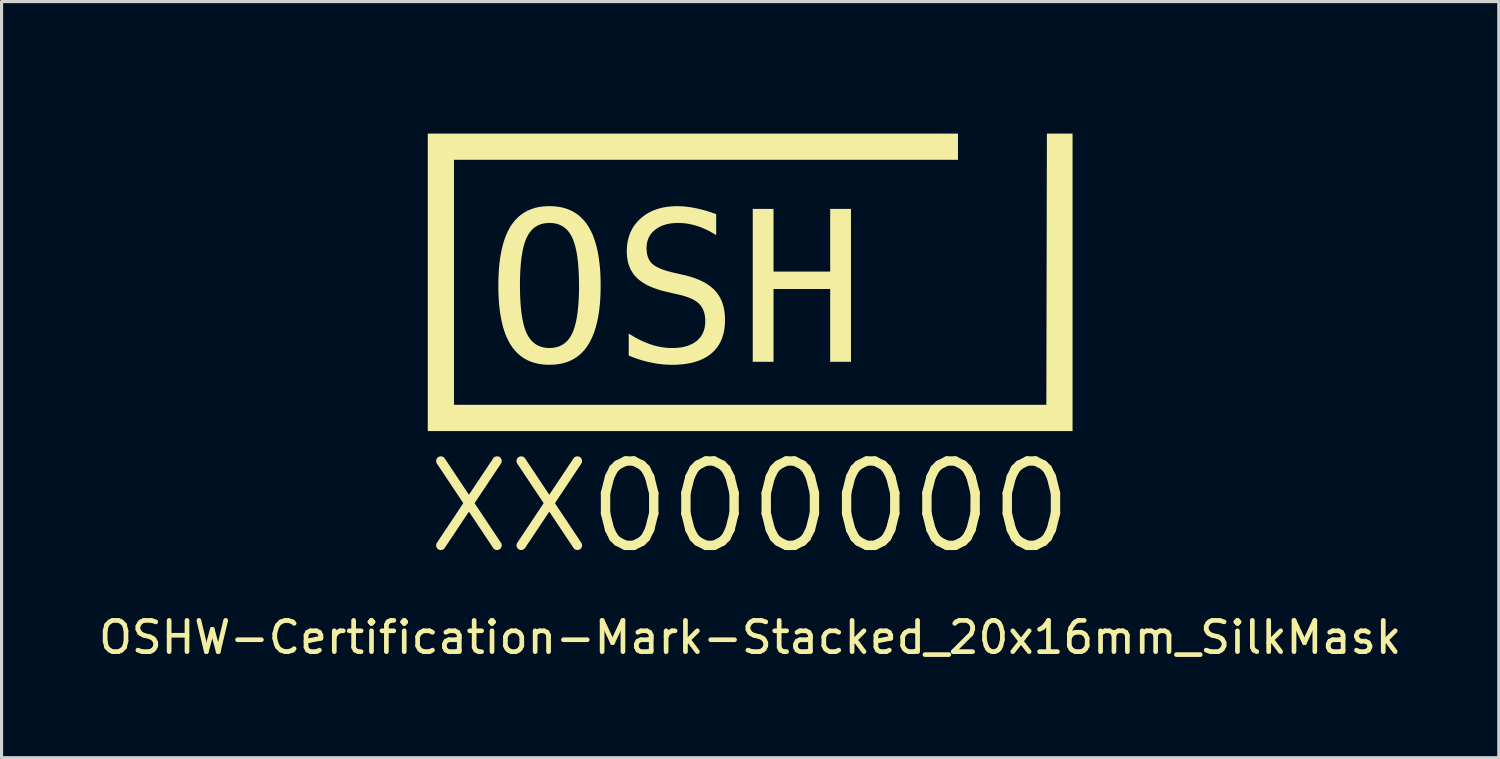
<source format=kicad_pcb>
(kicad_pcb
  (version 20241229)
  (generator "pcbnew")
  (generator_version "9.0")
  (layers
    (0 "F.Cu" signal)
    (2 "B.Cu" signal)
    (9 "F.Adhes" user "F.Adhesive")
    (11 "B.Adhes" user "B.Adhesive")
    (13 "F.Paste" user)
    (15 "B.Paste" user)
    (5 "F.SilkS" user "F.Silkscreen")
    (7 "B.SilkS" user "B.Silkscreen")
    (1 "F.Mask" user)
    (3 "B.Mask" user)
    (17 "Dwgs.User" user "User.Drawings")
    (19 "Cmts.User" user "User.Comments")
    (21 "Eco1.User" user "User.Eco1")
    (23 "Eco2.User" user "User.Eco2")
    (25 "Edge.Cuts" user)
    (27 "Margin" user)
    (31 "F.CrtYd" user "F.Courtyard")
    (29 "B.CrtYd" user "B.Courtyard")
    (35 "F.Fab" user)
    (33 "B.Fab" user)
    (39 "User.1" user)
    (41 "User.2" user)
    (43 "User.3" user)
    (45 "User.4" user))
  (footprint "OSHW-Certification-Mark-Stacked_20x16mm_SilkMask"
    (layer "F.Cu")
    (at 20.958 7.35)
    (property "Reference" "OSHW-Certification-Mark-Stacked_20x16mm_SilkMask" (at 0.000231 10 0) (unlocked yes) (layer "F.SilkS") (effects (font (size 1 1) (thickness 0.15))))
    (attr board_only exclude_from_pos_files exclude_from_bom allow_missing_courtyard)
    (fp_poly (pts (xy 6.983 1.179) (xy 6.357 1.179) (xy 5.692 -1.728) (xy 5.03 1.179) (xy 4.403 1.179) (xy 3.672 -3.714) (xy 4.318 -3.714) (xy 4.787 0.258) (xy 5.344 -2.37) (xy 6.036 -2.37) (xy 6.6 0.265) (xy 8.187 -7.35) (xy 8.833 -7.35)) (stroke (width 0) (type solid)) (fill yes) (layer "F.Mask"))
    (fp_poly (pts (xy -4.785 -1.263) (xy -4.785 -1.263) (xy -4.785 -1.263)) (stroke (width 0) (type solid)) (fill yes) (layer "F.SilkS"))
    (fp_poly (pts (xy -1.087 -3.546) (xy -1.087 -3.546) (xy -1.087 -3.546)) (stroke (width 0) (type solid)) (fill yes) (layer "F.SilkS"))
    (fp_poly (pts (xy 10.318 3.395) (xy -10.318 3.395) (xy -10.318 -6.124) (xy -10.318 -6.124) (xy 6.651 -6.124) (xy 6.651 -5.285) (xy -9.479 -5.285) (xy -9.479 2.556) (xy 9.479 2.556) (xy 9.497 -6.124) (xy 10.318 -6.124)) (stroke (width 0) (type solid)) (fill yes) (layer "F.SilkS"))
    (fp_poly (pts (xy 0.748 -1.708) (xy 2.561 -1.708) (xy 2.561 -3.714) (xy 3.226 -3.714) (xy 3.226 1.179) (xy 2.561 1.179) (xy 2.561 -1.151) (xy 0.748 -1.151) (xy 0.748 1.179) (xy 0.083 1.179) (xy 0.083 -3.714) (xy 0.748 -3.714)) (stroke (width 0) (type solid)) (fill yes) (layer "F.SilkS"))
    (fp_poly (pts (xy -6.322 -3.8) (xy -6.223 -3.793) (xy -6.128 -3.781) (xy -6.036 -3.764) (xy -5.947 -3.741) (xy -5.862 -3.714) (xy -5.78 -3.682) (xy -5.701 -3.646) (xy -5.626 -3.604) (xy -5.554 -3.557) (xy -5.485 -3.505) (xy -5.42 -3.449) (xy -5.358 -3.387) (xy -5.299 -3.321) (xy -5.243 -3.25) (xy -5.191 -3.174) (xy -5.142 -3.092) (xy -5.096 -3.006) (xy -5.053 -2.915) (xy -5.014 -2.818) (xy -4.977 -2.717) (xy -4.944 -2.61) (xy -4.914 -2.498) (xy -4.887 -2.381) (xy -4.863 -2.259) (xy -4.842 -2.132) (xy -4.825 -2) (xy -4.81 -1.863) (xy -4.799 -1.72) (xy -4.791 -1.573) (xy -4.787 -1.42) (xy -4.785 -1.263) (xy -4.787 -1.105) (xy -4.791 -0.953) (xy -4.799 -0.806) (xy -4.81 -0.664) (xy -4.825 -0.527) (xy -4.842 -0.395) (xy -4.863 -0.268) (xy -4.887 -0.147) (xy -4.914 -0.03) (xy -4.944 0.082) (xy -4.977 0.188) (xy -5.014 0.29) (xy -5.053 0.386) (xy -5.096 0.477) (xy -5.142 0.564) (xy -5.191 0.645) (xy -5.217 0.684) (xy -5.243 0.721) (xy -5.271 0.757) (xy -5.299 0.792) (xy -5.328 0.826) (xy -5.358 0.859) (xy -5.388 0.89) (xy -5.42 0.92) (xy -5.452 0.949) (xy -5.485 0.977) (xy -5.519 1.003) (xy -5.554 1.028) (xy -5.589 1.052) (xy -5.626 1.075) (xy -5.663 1.097) (xy -5.701 1.117) (xy -5.74 1.136) (xy -5.78 1.154) (xy -5.82 1.17) (xy -5.862 1.186) (xy -5.904 1.2) (xy -5.947 1.213) (xy -5.991 1.225) (xy -6.036 1.235) (xy -6.081 1.244) (xy -6.128 1.252) (xy -6.223 1.264) (xy -6.322 1.272) (xy -6.424 1.274) (xy -6.526 1.272) (xy -6.625 1.265) (xy -6.72 1.252) (xy -6.812 1.235) (xy -6.901 1.213) (xy -6.986 1.186) (xy -7.068 1.154) (xy -7.147 1.118) (xy -7.222 1.076) (xy -7.294 1.03) (xy -7.363 0.978) (xy -7.428 0.922) (xy -7.49 0.861) (xy -7.549 0.795) (xy -7.604 0.724) (xy -7.656 0.648) (xy -7.705 0.567) (xy -7.751 0.481) (xy -7.793 0.39) (xy -7.833 0.294) (xy -7.869 0.193) (xy -7.902 0.086) (xy -7.932 -0.026) (xy -7.959 -0.143) (xy -7.982 -0.265) (xy -8.003 -0.392) (xy -8.02 -0.524) (xy -8.034 -0.661) (xy -8.045 -0.804) (xy -8.053 -0.952) (xy -8.058 -1.105) (xy -8.059 -1.263) (xy -7.368 -1.263) (xy -7.364 -1.003) (xy -7.354 -0.763) (xy -7.337 -0.543) (xy -7.313 -0.341) (xy -7.298 -0.247) (xy -7.282 -0.158) (xy -7.264 -0.074) (xy -7.244 0.005) (xy -7.223 0.08) (xy -7.2 0.149) (xy -7.175 0.214) (xy -7.148 0.275) (xy -7.119 0.331) (xy -7.104 0.357) (xy -7.088 0.383) (xy -7.072 0.408) (xy -7.055 0.432) (xy -7.037 0.455) (xy -7.019 0.477) (xy -7.001 0.498) (xy -6.982 0.518) (xy -6.962 0.538) (xy -6.942 0.556) (xy -6.921 0.574) (xy -6.9 0.591) (xy -6.878 0.606) (xy -6.856 0.621) (xy -6.833 0.635) (xy -6.809 0.648) (xy -6.785 0.66) (xy -6.761 0.672) (xy -6.736 0.682) (xy -6.71 0.692) (xy -6.684 0.7) (xy -6.657 0.708) (xy -6.63 0.715) (xy -6.602 0.721) (xy -6.574 0.725) (xy -6.545 0.73) (xy -6.515 0.733) (xy -6.485 0.735) (xy -6.424 0.737) (xy -6.362 0.735) (xy -6.302 0.73) (xy -6.245 0.721) (xy -6.189 0.708) (xy -6.136 0.692) (xy -6.085 0.672) (xy -6.037 0.649) (xy -5.99 0.622) (xy -5.946 0.592) (xy -5.904 0.557) (xy -5.865 0.52) (xy -5.827 0.479) (xy -5.792 0.434) (xy -5.759 0.385) (xy -5.728 0.333) (xy -5.699 0.278) (xy -5.672 0.218) (xy -5.647 0.153) (xy -5.624 0.083) (xy -5.602 0.008) (xy -5.582 -0.071) (xy -5.564 -0.155) (xy -5.547 -0.244) (xy -5.532 -0.338) (xy -5.519 -0.437) (xy -5.508 -0.541) (xy -5.498 -0.649) (xy -5.491 -0.762) (xy -5.484 -0.88) (xy -5.48 -1.003) (xy -5.477 -1.13) (xy -5.477 -1.263) (xy -5.48 -1.523) (xy -5.491 -1.763) (xy -5.508 -1.985) (xy -5.532 -2.187) (xy -5.547 -2.281) (xy -5.564 -2.37) (xy -5.582 -2.454) (xy -5.602 -2.534) (xy -5.624 -2.608) (xy -5.647 -2.678) (xy -5.672 -2.743) (xy -5.699 -2.803) (xy -5.728 -2.859) (xy -5.743 -2.886) (xy -5.759 -2.912) (xy -5.775 -2.936) (xy -5.792 -2.96) (xy -5.809 -2.983) (xy -5.827 -3.005) (xy -5.846 -3.027) (xy -5.865 -3.047) (xy -5.884 -3.066) (xy -5.904 -3.085) (xy -5.925 -3.103) (xy -5.946 -3.119) (xy -5.968 -3.135) (xy -5.99 -3.15) (xy -6.013 -3.164) (xy -6.037 -3.177) (xy -6.061 -3.189) (xy -6.085 -3.2) (xy -6.111 -3.211) (xy -6.136 -3.22) (xy -6.162 -3.229) (xy -6.189 -3.237) (xy -6.217 -3.243) (xy -6.245 -3.249) (xy -6.273 -3.254) (xy -6.302 -3.258) (xy -6.332 -3.261) (xy -6.362 -3.264) (xy -6.424 -3.265) (xy -6.485 -3.264) (xy -6.545 -3.258) (xy -6.602 -3.249) (xy -6.657 -3.237) (xy -6.71 -3.22) (xy -6.761 -3.2) (xy -6.809 -3.177) (xy -6.856 -3.15) (xy -6.9 -3.119) (xy -6.942 -3.085) (xy -6.982 -3.047) (xy -7.019 -3.005) (xy -7.055 -2.96) (xy -7.088 -2.912) (xy -7.119 -2.859) (xy -7.148 -2.803) (xy -7.175 -2.743) (xy -7.2 -2.678) (xy -7.223 -2.608) (xy -7.244 -2.534) (xy -7.264 -2.454) (xy -7.282 -2.37) (xy -7.298 -2.281) (xy -7.313 -2.187) (xy -7.326 -2.088) (xy -7.337 -1.985) (xy -7.346 -1.877) (xy -7.354 -1.763) (xy -7.36 -1.645) (xy -7.364 -1.523) (xy -7.367 -1.395) (xy -7.368 -1.263) (xy -8.059 -1.263) (xy -8.059 -1.263) (xy -8.058 -1.42) (xy -8.053 -1.573) (xy -8.045 -1.72) (xy -8.034 -1.863) (xy -8.02 -2) (xy -8.003 -2.132) (xy -7.982 -2.259) (xy -7.959 -2.381) (xy -7.932 -2.498) (xy -7.902 -2.61) (xy -7.869 -2.717) (xy -7.833 -2.818) (xy -7.793 -2.915) (xy -7.751 -3.006) (xy -7.705 -3.092) (xy -7.656 -3.174) (xy -7.63 -3.212) (xy -7.604 -3.25) (xy -7.576 -3.286) (xy -7.548 -3.321) (xy -7.519 -3.355) (xy -7.489 -3.387) (xy -7.458 -3.419) (xy -7.427 -3.449) (xy -7.394 -3.478) (xy -7.361 -3.505) (xy -7.327 -3.532) (xy -7.292 -3.557) (xy -7.257 -3.581) (xy -7.22 -3.604) (xy -7.183 -3.625) (xy -7.145 -3.646) (xy -7.106 -3.665) (xy -7.066 -3.682) (xy -7.026 -3.699) (xy -6.984 -3.714) (xy -6.942 -3.729) (xy -6.899 -3.741) (xy -6.855 -3.753) (xy -6.811 -3.764) (xy -6.719 -3.781) (xy -6.624 -3.793) (xy -6.525 -3.8) (xy -6.424 -3.803)) (stroke (width 0) (type solid)) (fill yes) (layer "F.SilkS"))
    (fp_poly (pts (xy -2.265 -3.801) (xy -2.193 -3.798) (xy -2.12 -3.793) (xy -2.046 -3.786) (xy -1.972 -3.776) (xy -1.896 -3.765) (xy -1.82 -3.752) (xy -1.742 -3.737) (xy -1.664 -3.72) (xy -1.584 -3.701) (xy -1.504 -3.681) (xy -1.423 -3.658) (xy -1.34 -3.633) (xy -1.257 -3.606) (xy -1.172 -3.577) (xy -1.087 -3.546) (xy -1.087 -2.875) (xy -1.162 -2.921) (xy -1.238 -2.965) (xy -1.313 -3.006) (xy -1.389 -3.044) (xy -1.465 -3.079) (xy -1.541 -3.111) (xy -1.617 -3.14) (xy -1.693 -3.166) (xy -1.769 -3.189) (xy -1.844 -3.209) (xy -1.92 -3.226) (xy -1.996 -3.24) (xy -2.073 -3.251) (xy -2.149 -3.258) (xy -2.226 -3.263) (xy -2.303 -3.265) (xy -2.361 -3.264) (xy -2.417 -3.261) (xy -2.472 -3.257) (xy -2.525 -3.251) (xy -2.576 -3.243) (xy -2.627 -3.234) (xy -2.675 -3.223) (xy -2.722 -3.21) (xy -2.768 -3.195) (xy -2.812 -3.179) (xy -2.854 -3.161) (xy -2.895 -3.141) (xy -2.935 -3.12) (xy -2.972 -3.096) (xy -3.009 -3.072) (xy -3.043 -3.045) (xy -3.076 -3.017) (xy -3.107 -2.988) (xy -3.136 -2.958) (xy -3.162 -2.927) (xy -3.187 -2.895) (xy -3.209 -2.861) (xy -3.229 -2.826) (xy -3.248 -2.79) (xy -3.263 -2.753) (xy -3.277 -2.714) (xy -3.289 -2.675) (xy -3.299 -2.634) (xy -3.306 -2.592) (xy -3.311 -2.548) (xy -3.314 -2.504) (xy -3.316 -2.458) (xy -3.315 -2.418) (xy -3.313 -2.38) (xy -3.309 -2.342) (xy -3.304 -2.306) (xy -3.298 -2.27) (xy -3.291 -2.237) (xy -3.282 -2.204) (xy -3.271 -2.172) (xy -3.26 -2.142) (xy -3.246 -2.113) (xy -3.232 -2.085) (xy -3.216 -2.058) (xy -3.199 -2.033) (xy -3.18 -2.008) (xy -3.16 -1.985) (xy -3.139 -1.963) (xy -3.115 -1.942) (xy -3.089 -1.922) (xy -3.06 -1.901) (xy -3.029 -1.882) (xy -2.996 -1.862) (xy -2.96 -1.843) (xy -2.922 -1.825) (xy -2.881 -1.807) (xy -2.838 -1.789) (xy -2.793 -1.772) (xy -2.745 -1.755) (xy -2.695 -1.739) (xy -2.642 -1.723) (xy -2.587 -1.708) (xy -2.53 -1.693) (xy -2.47 -1.678) (xy -2.122 -1.599) (xy -2.038 -1.579) (xy -1.956 -1.556) (xy -1.877 -1.533) (xy -1.802 -1.508) (xy -1.729 -1.481) (xy -1.659 -1.453) (xy -1.592 -1.424) (xy -1.528 -1.393) (xy -1.466 -1.361) (xy -1.408 -1.327) (xy -1.353 -1.292) (xy -1.3 -1.255) (xy -1.251 -1.217) (xy -1.204 -1.178) (xy -1.16 -1.137) (xy -1.119 -1.095) (xy -1.081 -1.051) (xy -1.046 -1.005) (xy -1.012 -0.957) (xy -0.982 -0.907) (xy -0.953 -0.855) (xy -0.928 -0.801) (xy -0.904 -0.746) (xy -0.883 -0.688) (xy -0.865 -0.629) (xy -0.849 -0.567) (xy -0.835 -0.504) (xy -0.824 -0.438) (xy -0.816 -0.371) (xy -0.81 -0.302) (xy -0.806 -0.23) (xy -0.805 -0.157) (xy -0.806 -0.071) (xy -0.812 0.012) (xy -0.82 0.093) (xy -0.832 0.171) (xy -0.847 0.247) (xy -0.866 0.32) (xy -0.888 0.39) (xy -0.913 0.458) (xy -0.942 0.523) (xy -0.974 0.586) (xy -1.009 0.646) (xy -1.048 0.704) (xy -1.09 0.759) (xy -1.136 0.811) (xy -1.185 0.861) (xy -1.237 0.908) (xy -1.293 0.953) (xy -1.352 0.994) (xy -1.414 1.033) (xy -1.478 1.069) (xy -1.546 1.102) (xy -1.617 1.132) (xy -1.691 1.159) (xy -1.768 1.183) (xy -1.849 1.205) (xy -1.932 1.224) (xy -2.018 1.239) (xy -2.108 1.252) (xy -2.2 1.262) (xy -2.296 1.269) (xy -2.394 1.274) (xy -2.496 1.275) (xy -2.582 1.274) (xy -2.668 1.27) (xy -2.755 1.265) (xy -2.841 1.256) (xy -2.928 1.246) (xy -3.014 1.233) (xy -3.101 1.217) (xy -3.188 1.2) (xy -3.275 1.181) (xy -3.362 1.159) (xy -3.449 1.135) (xy -3.536 1.109) (xy -3.623 1.08) (xy -3.711 1.049) (xy -3.798 1.016) (xy -3.886 0.98) (xy -3.886 0.275) (xy -3.792 0.333) (xy -3.7 0.387) (xy -3.609 0.437) (xy -3.52 0.483) (xy -3.431 0.525) (xy -3.344 0.562) (xy -3.259 0.596) (xy -3.175 0.626) (xy -3.09 0.652) (xy -3.006 0.675) (xy -2.921 0.694) (xy -2.836 0.71) (xy -2.751 0.722) (xy -2.666 0.731) (xy -2.581 0.736) (xy -2.496 0.738) (xy -2.434 0.737) (xy -2.374 0.734) (xy -2.316 0.73) (xy -2.259 0.724) (xy -2.204 0.716) (xy -2.151 0.706) (xy -2.1 0.695) (xy -2.05 0.682) (xy -2.002 0.667) (xy -1.956 0.651) (xy -1.912 0.632) (xy -1.869 0.612) (xy -1.828 0.59) (xy -1.789 0.567) (xy -1.752 0.542) (xy -1.716 0.515) (xy -1.682 0.486) (xy -1.651 0.455) (xy -1.621 0.424) (xy -1.594 0.391) (xy -1.569 0.356) (xy -1.546 0.32) (xy -1.526 0.283) (xy -1.507 0.244) (xy -1.491 0.204) (xy -1.477 0.163) (xy -1.465 0.12) (xy -1.455 0.076) (xy -1.447 0.03) (xy -1.442 -0.017) (xy -1.438 -0.065) (xy -1.437 -0.115) (xy -1.438 -0.16) (xy -1.44 -0.204) (xy -1.444 -0.246) (xy -1.449 -0.287) (xy -1.456 -0.327) (xy -1.465 -0.366) (xy -1.474 -0.403) (xy -1.486 -0.438) (xy -1.499 -0.473) (xy -1.513 -0.506) (xy -1.529 -0.537) (xy -1.546 -0.568) (xy -1.565 -0.596) (xy -1.585 -0.624) (xy -1.607 -0.65) (xy -1.631 -0.675) (xy -1.656 -0.699) (xy -1.683 -0.722) (xy -1.712 -0.745) (xy -1.744 -0.766) (xy -1.777 -0.787) (xy -1.813 -0.808) (xy -1.852 -0.827) (xy -1.892 -0.846) (xy -1.935 -0.865) (xy -1.98 -0.882) (xy -2.027 -0.899) (xy -2.076 -0.915) (xy -2.128 -0.931) (xy -2.182 -0.946) (xy -2.238 -0.96) (xy -2.296 -0.973) (xy -2.65 -1.055) (xy -2.734 -1.075) (xy -2.815 -1.096) (xy -2.893 -1.119) (xy -2.968 -1.142) (xy -3.04 -1.167) (xy -3.109 -1.193) (xy -3.175 -1.22) (xy -3.238 -1.249) (xy -3.299 -1.278) (xy -3.356 -1.309) (xy -3.411 -1.342) (xy -3.463 -1.375) (xy -3.511 -1.41) (xy -3.557 -1.445) (xy -3.6 -1.482) (xy -3.64 -1.521) (xy -3.677 -1.561) (xy -3.712 -1.602) (xy -3.745 -1.645) (xy -3.775 -1.69) (xy -3.802 -1.736) (xy -3.828 -1.784) (xy -3.851 -1.834) (xy -3.871 -1.885) (xy -3.889 -1.939) (xy -3.905 -1.993) (xy -3.918 -2.05) (xy -3.929 -2.108) (xy -3.937 -2.167) (xy -3.943 -2.229) (xy -3.947 -2.292) (xy -3.948 -2.357) (xy -3.946 -2.438) (xy -3.941 -2.516) (xy -3.933 -2.593) (xy -3.921 -2.668) (xy -3.905 -2.741) (xy -3.886 -2.811) (xy -3.864 -2.88) (xy -3.838 -2.947) (xy -3.809 -3.011) (xy -3.777 -3.074) (xy -3.741 -3.134) (xy -3.701 -3.192) (xy -3.658 -3.249) (xy -3.612 -3.303) (xy -3.562 -3.355) (xy -3.509 -3.405) (xy -3.452 -3.454) (xy -3.394 -3.498) (xy -3.333 -3.54) (xy -3.27 -3.579) (xy -3.204 -3.615) (xy -3.136 -3.647) (xy -3.067 -3.677) (xy -2.994 -3.703) (xy -2.92 -3.726) (xy -2.843 -3.746) (xy -2.764 -3.763) (xy -2.683 -3.777) (xy -2.599 -3.788) (xy -2.514 -3.796) (xy -2.426 -3.801) (xy -2.335 -3.802)) (stroke (width 0) (type solid)) (fill yes) (layer "F.SilkS"))
    (fp_text user "XX000000" (at 0 7.4 0) (unlocked yes) (layer "F.SilkS") (effects (font (size 2.7 2.7) (thickness 0.3)) (justify bottom))))
  (gr_rect
    (start -3 -3)
    (end 44.917 21.199)
    (stroke (width 0.1) (type default))
    (fill no)
    (layer "Edge.Cuts")))
</source>
